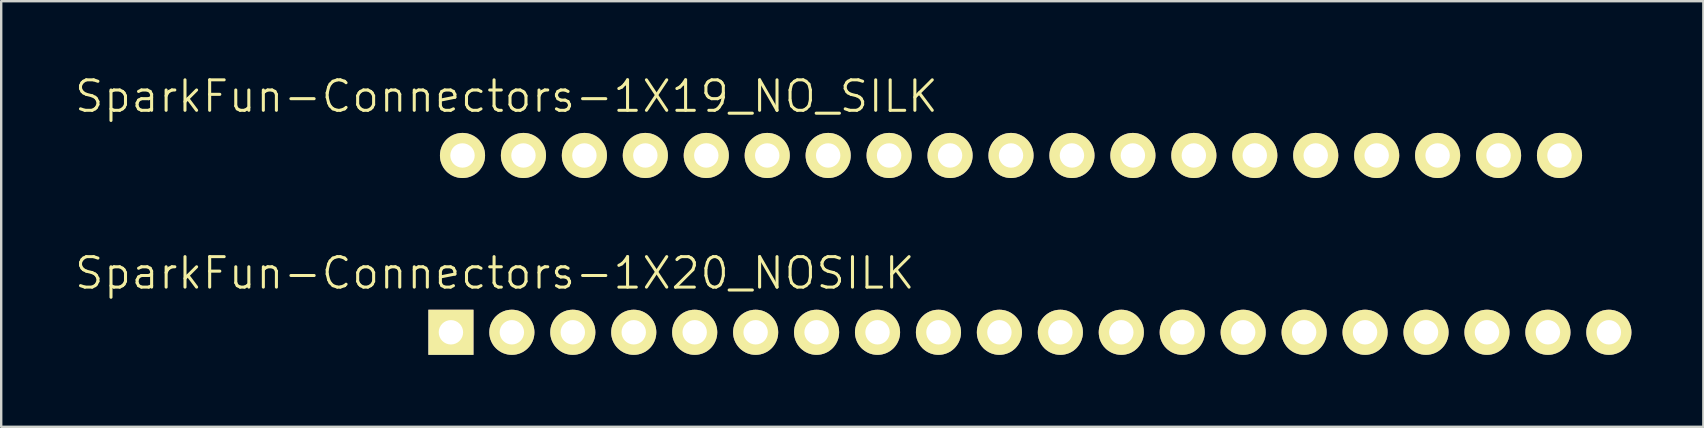
<source format=kicad_pcb>
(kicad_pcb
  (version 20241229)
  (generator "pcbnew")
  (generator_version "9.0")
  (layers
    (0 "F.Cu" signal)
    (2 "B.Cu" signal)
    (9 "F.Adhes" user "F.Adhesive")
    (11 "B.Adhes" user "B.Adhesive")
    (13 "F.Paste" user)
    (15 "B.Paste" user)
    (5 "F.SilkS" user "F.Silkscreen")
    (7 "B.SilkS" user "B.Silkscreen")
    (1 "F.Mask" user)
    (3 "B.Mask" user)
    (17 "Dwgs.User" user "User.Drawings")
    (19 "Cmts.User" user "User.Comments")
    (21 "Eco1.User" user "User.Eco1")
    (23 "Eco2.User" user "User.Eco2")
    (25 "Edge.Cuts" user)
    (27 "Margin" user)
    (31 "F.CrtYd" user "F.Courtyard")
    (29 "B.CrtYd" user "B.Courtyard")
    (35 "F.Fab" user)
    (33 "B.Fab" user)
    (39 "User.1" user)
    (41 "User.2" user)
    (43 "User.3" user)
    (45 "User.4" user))
  (footprint "SparkFun-Connectors-1X19_NO_SILK"
    (layer "F.Cu")
    (at 16.226 3.43)
    (property "Reference" "SparkFun-Connectors-1X19_NO_SILK" (at 1.829 -2.464 0) (layer "F.SilkS") (effects (font (size 1.27 1.27) (thickness 0.127))))
    (attr exclude_from_pos_files exclude_from_bom)
    (fp_line (start -0.254 -0.254) (end 0.254 -0.254) (stroke (width 0.066) (type solid)) (layer "F.SilkS"))
    (fp_line (start -0.254 0.254) (end -0.254 -0.254) (stroke (width 0.066) (type solid)) (layer "F.SilkS"))
    (fp_line (start -0.254 0.254) (end 0.254 0.254) (stroke (width 0.066) (type solid)) (layer "F.SilkS"))
    (fp_line (start 0.254 0.254) (end 0.254 -0.254) (stroke (width 0.066) (type solid)) (layer "F.SilkS"))
    (fp_line (start 2.286 -0.254) (end 2.794 -0.254) (stroke (width 0.066) (type solid)) (layer "F.SilkS"))
    (fp_line (start 2.286 0.254) (end 2.286 -0.254) (stroke (width 0.066) (type solid)) (layer "F.SilkS"))
    (fp_line (start 2.286 0.254) (end 2.794 0.254) (stroke (width 0.066) (type solid)) (layer "F.SilkS"))
    (fp_line (start 2.794 0.254) (end 2.794 -0.254) (stroke (width 0.066) (type solid)) (layer "F.SilkS"))
    (fp_line (start 4.826 -0.254) (end 5.334 -0.254) (stroke (width 0.066) (type solid)) (layer "F.SilkS"))
    (fp_line (start 4.826 0.254) (end 4.826 -0.254) (stroke (width 0.066) (type solid)) (layer "F.SilkS"))
    (fp_line (start 4.826 0.254) (end 5.334 0.254) (stroke (width 0.066) (type solid)) (layer "F.SilkS"))
    (fp_line (start 5.334 0.254) (end 5.334 -0.254) (stroke (width 0.066) (type solid)) (layer "F.SilkS"))
    (fp_line (start 7.366 -0.254) (end 7.874 -0.254) (stroke (width 0.066) (type solid)) (layer "F.SilkS"))
    (fp_line (start 7.366 0.254) (end 7.366 -0.254) (stroke (width 0.066) (type solid)) (layer "F.SilkS"))
    (fp_line (start 7.366 0.254) (end 7.874 0.254) (stroke (width 0.066) (type solid)) (layer "F.SilkS"))
    (fp_line (start 7.874 0.254) (end 7.874 -0.254) (stroke (width 0.066) (type solid)) (layer "F.SilkS"))
    (fp_line (start 9.906 -0.254) (end 10.414 -0.254) (stroke (width 0.066) (type solid)) (layer "F.SilkS"))
    (fp_line (start 9.906 0.254) (end 9.906 -0.254) (stroke (width 0.066) (type solid)) (layer "F.SilkS"))
    (fp_line (start 9.906 0.254) (end 10.414 0.254) (stroke (width 0.066) (type solid)) (layer "F.SilkS"))
    (fp_line (start 10.414 0.254) (end 10.414 -0.254) (stroke (width 0.066) (type solid)) (layer "F.SilkS"))
    (fp_line (start 12.446 -0.254) (end 12.954 -0.254) (stroke (width 0.066) (type solid)) (layer "F.SilkS"))
    (fp_line (start 12.446 0.254) (end 12.446 -0.254) (stroke (width 0.066) (type solid)) (layer "F.SilkS"))
    (fp_line (start 12.446 0.254) (end 12.954 0.254) (stroke (width 0.066) (type solid)) (layer "F.SilkS"))
    (fp_line (start 12.954 0.254) (end 12.954 -0.254) (stroke (width 0.066) (type solid)) (layer "F.SilkS"))
    (fp_line (start 14.986 -0.254) (end 15.494 -0.254) (stroke (width 0.066) (type solid)) (layer "F.SilkS"))
    (fp_line (start 14.986 0.254) (end 14.986 -0.254) (stroke (width 0.066) (type solid)) (layer "F.SilkS"))
    (fp_line (start 14.986 0.254) (end 15.494 0.254) (stroke (width 0.066) (type solid)) (layer "F.SilkS"))
    (fp_line (start 15.494 0.254) (end 15.494 -0.254) (stroke (width 0.066) (type solid)) (layer "F.SilkS"))
    (fp_line (start 17.523 -0.254) (end 18.034 -0.254) (stroke (width 0.066) (type solid)) (layer "F.SilkS"))
    (fp_line (start 17.523 0.254) (end 17.523 -0.254) (stroke (width 0.066) (type solid)) (layer "F.SilkS"))
    (fp_line (start 17.523 0.254) (end 18.034 0.254) (stroke (width 0.066) (type solid)) (layer "F.SilkS"))
    (fp_line (start 18.034 0.254) (end 18.034 -0.254) (stroke (width 0.066) (type solid)) (layer "F.SilkS"))
    (fp_line (start 20.066 -0.254) (end 20.574 -0.254) (stroke (width 0.066) (type solid)) (layer "F.SilkS"))
    (fp_line (start 20.066 0.254) (end 20.066 -0.254) (stroke (width 0.066) (type solid)) (layer "F.SilkS"))
    (fp_line (start 20.066 0.254) (end 20.574 0.254) (stroke (width 0.066) (type solid)) (layer "F.SilkS"))
    (fp_line (start 20.574 0.254) (end 20.574 -0.254) (stroke (width 0.066) (type solid)) (layer "F.SilkS"))
    (fp_line (start 22.606 -0.254) (end 23.114 -0.254) (stroke (width 0.066) (type solid)) (layer "F.SilkS"))
    (fp_line (start 22.606 0.254) (end 22.606 -0.254) (stroke (width 0.066) (type solid)) (layer "F.SilkS"))
    (fp_line (start 22.606 0.254) (end 23.114 0.254) (stroke (width 0.066) (type solid)) (layer "F.SilkS"))
    (fp_line (start 23.114 0.254) (end 23.114 -0.254) (stroke (width 0.066) (type solid)) (layer "F.SilkS"))
    (fp_line (start 25.146 -0.254) (end 25.654 -0.254) (stroke (width 0.066) (type solid)) (layer "F.SilkS"))
    (fp_line (start 25.146 0.254) (end 25.146 -0.254) (stroke (width 0.066) (type solid)) (layer "F.SilkS"))
    (fp_line (start 25.146 0.254) (end 25.654 0.254) (stroke (width 0.066) (type solid)) (layer "F.SilkS"))
    (fp_line (start 25.654 0.254) (end 25.654 -0.254) (stroke (width 0.066) (type solid)) (layer "F.SilkS"))
    (fp_line (start 27.686 -0.254) (end 28.194 -0.254) (stroke (width 0.066) (type solid)) (layer "F.SilkS"))
    (fp_line (start 27.686 0.254) (end 27.686 -0.254) (stroke (width 0.066) (type solid)) (layer "F.SilkS"))
    (fp_line (start 27.686 0.254) (end 28.194 0.254) (stroke (width 0.066) (type solid)) (layer "F.SilkS"))
    (fp_line (start 28.194 0.254) (end 28.194 -0.254) (stroke (width 0.066) (type solid)) (layer "F.SilkS"))
    (fp_line (start 30.226 -0.254) (end 30.734 -0.254) (stroke (width 0.066) (type solid)) (layer "F.SilkS"))
    (fp_line (start 30.226 0.254) (end 30.226 -0.254) (stroke (width 0.066) (type solid)) (layer "F.SilkS"))
    (fp_line (start 30.226 0.254) (end 30.734 0.254) (stroke (width 0.066) (type solid)) (layer "F.SilkS"))
    (fp_line (start 30.734 0.254) (end 30.734 -0.254) (stroke (width 0.066) (type solid)) (layer "F.SilkS"))
    (fp_line (start 32.766 -0.254) (end 33.274 -0.254) (stroke (width 0.066) (type solid)) (layer "F.SilkS"))
    (fp_line (start 32.766 0.254) (end 32.766 -0.254) (stroke (width 0.066) (type solid)) (layer "F.SilkS"))
    (fp_line (start 32.766 0.254) (end 33.274 0.254) (stroke (width 0.066) (type solid)) (layer "F.SilkS"))
    (fp_line (start 33.274 0.254) (end 33.274 -0.254) (stroke (width 0.066) (type solid)) (layer "F.SilkS"))
    (fp_line (start 35.303 -0.254) (end 35.814 -0.254) (stroke (width 0.066) (type solid)) (layer "F.SilkS"))
    (fp_line (start 35.303 0.254) (end 35.303 -0.254) (stroke (width 0.066) (type solid)) (layer "F.SilkS"))
    (fp_line (start 35.303 0.254) (end 35.814 0.254) (stroke (width 0.066) (type solid)) (layer "F.SilkS"))
    (fp_line (start 35.814 0.254) (end 35.814 -0.254) (stroke (width 0.066) (type solid)) (layer "F.SilkS"))
    (fp_line (start 37.846 -0.254) (end 38.354 -0.254) (stroke (width 0.066) (type solid)) (layer "F.SilkS"))
    (fp_line (start 37.846 0.254) (end 37.846 -0.254) (stroke (width 0.066) (type solid)) (layer "F.SilkS"))
    (fp_line (start 37.846 0.254) (end 38.354 0.254) (stroke (width 0.066) (type solid)) (layer "F.SilkS"))
    (fp_line (start 38.354 0.254) (end 38.354 -0.254) (stroke (width 0.066) (type solid)) (layer "F.SilkS"))
    (fp_line (start 40.386 -0.254) (end 40.894 -0.254) (stroke (width 0.066) (type solid)) (layer "F.SilkS"))
    (fp_line (start 40.386 0.254) (end 40.386 -0.254) (stroke (width 0.066) (type solid)) (layer "F.SilkS"))
    (fp_line (start 40.386 0.254) (end 40.894 0.254) (stroke (width 0.066) (type solid)) (layer "F.SilkS"))
    (fp_line (start 40.894 0.254) (end 40.894 -0.254) (stroke (width 0.066) (type solid)) (layer "F.SilkS"))
    (fp_line (start 42.926 -0.254) (end 43.434 -0.254) (stroke (width 0.066) (type solid)) (layer "F.SilkS"))
    (fp_line (start 42.926 0.254) (end 42.926 -0.254) (stroke (width 0.066) (type solid)) (layer "F.SilkS"))
    (fp_line (start 42.926 0.254) (end 43.434 0.254) (stroke (width 0.066) (type solid)) (layer "F.SilkS"))
    (fp_line (start 43.434 0.254) (end 43.434 -0.254) (stroke (width 0.066) (type solid)) (layer "F.SilkS"))
    (fp_line (start 45.466 -0.254) (end 45.974 -0.254) (stroke (width 0.066) (type solid)) (layer "F.SilkS"))
    (fp_line (start 45.466 0.254) (end 45.466 -0.254) (stroke (width 0.066) (type solid)) (layer "F.SilkS"))
    (fp_line (start 45.466 0.254) (end 45.974 0.254) (stroke (width 0.066) (type solid)) (layer "F.SilkS"))
    (fp_line (start 45.974 0.254) (end 45.974 -0.254) (stroke (width 0.066) (type solid)) (layer "F.SilkS"))
    (pad "1" thru_hole circle (at 0 0) (size 1.88 1.88) (drill 1.016) (layers "*.Cu" "F.Mask" "F.SilkS" "F.Paste"))
    (pad "2" thru_hole circle (at 2.54 0) (size 1.88 1.88) (drill 1.016) (layers "*.Cu" "F.Mask" "F.SilkS" "F.Paste"))
    (pad "3" thru_hole circle (at 5.08 0) (size 1.88 1.88) (drill 1.016) (layers "*.Cu" "F.Mask" "F.SilkS" "F.Paste"))
    (pad "4" thru_hole circle (at 7.62 0) (size 1.88 1.88) (drill 1.016) (layers "*.Cu" "F.Mask" "F.SilkS" "F.Paste"))
    (pad "5" thru_hole circle (at 10.16 0) (size 1.88 1.88) (drill 1.016) (layers "*.Cu" "F.Mask" "F.SilkS" "F.Paste"))
    (pad "6" thru_hole circle (at 12.7 0) (size 1.88 1.88) (drill 1.016) (layers "*.Cu" "F.Mask" "F.SilkS" "F.Paste"))
    (pad "7" thru_hole circle (at 15.24 0) (size 1.88 1.88) (drill 1.016) (layers "*.Cu" "F.Mask" "F.SilkS" "F.Paste"))
    (pad "8" thru_hole circle (at 17.78 0) (size 1.88 1.88) (drill 1.016) (layers "*.Cu" "F.Mask" "F.SilkS" "F.Paste"))
    (pad "9" thru_hole circle (at 20.32 0) (size 1.88 1.88) (drill 1.016) (layers "*.Cu" "F.Mask" "F.SilkS" "F.Paste"))
    (pad "10" thru_hole circle (at 22.86 0) (size 1.88 1.88) (drill 1.016) (layers "*.Cu" "F.Mask" "F.SilkS" "F.Paste"))
    (pad "11" thru_hole circle (at 25.4 0) (size 1.88 1.88) (drill 1.016) (layers "*.Cu" "F.Mask" "F.SilkS" "F.Paste"))
    (pad "12" thru_hole circle (at 27.94 0) (size 1.88 1.88) (drill 1.016) (layers "*.Cu" "F.Mask" "F.SilkS" "F.Paste"))
    (pad "13" thru_hole circle (at 30.48 0) (size 1.88 1.88) (drill 1.016) (layers "*.Cu" "F.Mask" "F.SilkS" "F.Paste"))
    (pad "14" thru_hole circle (at 33.02 0) (size 1.88 1.88) (drill 1.016) (layers "*.Cu" "F.Mask" "F.SilkS" "F.Paste"))
    (pad "15" thru_hole circle (at 35.56 0) (size 1.88 1.88) (drill 1.016) (layers "*.Cu" "F.Mask" "F.SilkS" "F.Paste"))
    (pad "16" thru_hole circle (at 38.1 0) (size 1.88 1.88) (drill 1.016) (layers "*.Cu" "F.Mask" "F.SilkS" "F.Paste"))
    (pad "17" thru_hole circle (at 40.64 0) (size 1.88 1.88) (drill 1.016) (layers "*.Cu" "F.Mask" "F.SilkS" "F.Paste"))
    (pad "18" thru_hole circle (at 43.18 0) (size 1.88 1.88) (drill 1.016) (layers "*.Cu" "F.Mask" "F.SilkS" "F.Paste"))
    (pad "19" thru_hole circle (at 45.72 0) (size 1.88 1.88) (drill 1.016) (layers "*.Cu" "F.Mask" "F.SilkS" "F.Paste")))
  (footprint "SparkFun-Connectors-1X20_NOSILK"
    (layer "F.Cu")
    (at 15.743 10.799)
    (property "Reference" "SparkFun-Connectors-1X20_NOSILK" (at 1.829 -2.464 0) (layer "F.SilkS") (effects (font (size 1.27 1.27) (thickness 0.127))))
    (attr exclude_from_pos_files exclude_from_bom)
    (fp_line (start -0.254 -0.254) (end 0.254 -0.254) (stroke (width 0.066) (type solid)) (layer "F.SilkS"))
    (fp_line (start -0.254 0.254) (end -0.254 -0.254) (stroke (width 0.066) (type solid)) (layer "F.SilkS"))
    (fp_line (start -0.254 0.254) (end 0.254 0.254) (stroke (width 0.066) (type solid)) (layer "F.SilkS"))
    (fp_line (start 0.254 0.254) (end 0.254 -0.254) (stroke (width 0.066) (type solid)) (layer "F.SilkS"))
    (fp_line (start 2.286 -0.254) (end 2.794 -0.254) (stroke (width 0.066) (type solid)) (layer "F.SilkS"))
    (fp_line (start 2.286 0.254) (end 2.286 -0.254) (stroke (width 0.066) (type solid)) (layer "F.SilkS"))
    (fp_line (start 2.286 0.254) (end 2.794 0.254) (stroke (width 0.066) (type solid)) (layer "F.SilkS"))
    (fp_line (start 2.794 0.254) (end 2.794 -0.254) (stroke (width 0.066) (type solid)) (layer "F.SilkS"))
    (fp_line (start 4.826 -0.254) (end 5.334 -0.254) (stroke (width 0.066) (type solid)) (layer "F.SilkS"))
    (fp_line (start 4.826 0.254) (end 4.826 -0.254) (stroke (width 0.066) (type solid)) (layer "F.SilkS"))
    (fp_line (start 4.826 0.254) (end 5.334 0.254) (stroke (width 0.066) (type solid)) (layer "F.SilkS"))
    (fp_line (start 5.334 0.254) (end 5.334 -0.254) (stroke (width 0.066) (type solid)) (layer "F.SilkS"))
    (fp_line (start 7.366 -0.254) (end 7.874 -0.254) (stroke (width 0.066) (type solid)) (layer "F.SilkS"))
    (fp_line (start 7.366 0.254) (end 7.366 -0.254) (stroke (width 0.066) (type solid)) (layer "F.SilkS"))
    (fp_line (start 7.366 0.254) (end 7.874 0.254) (stroke (width 0.066) (type solid)) (layer "F.SilkS"))
    (fp_line (start 7.874 0.254) (end 7.874 -0.254) (stroke (width 0.066) (type solid)) (layer "F.SilkS"))
    (fp_line (start 9.906 -0.254) (end 10.414 -0.254) (stroke (width 0.066) (type solid)) (layer "F.SilkS"))
    (fp_line (start 9.906 0.254) (end 9.906 -0.254) (stroke (width 0.066) (type solid)) (layer "F.SilkS"))
    (fp_line (start 9.906 0.254) (end 10.414 0.254) (stroke (width 0.066) (type solid)) (layer "F.SilkS"))
    (fp_line (start 10.414 0.254) (end 10.414 -0.254) (stroke (width 0.066) (type solid)) (layer "F.SilkS"))
    (fp_line (start 12.446 -0.254) (end 12.954 -0.254) (stroke (width 0.066) (type solid)) (layer "F.SilkS"))
    (fp_line (start 12.446 0.254) (end 12.446 -0.254) (stroke (width 0.066) (type solid)) (layer "F.SilkS"))
    (fp_line (start 12.446 0.254) (end 12.954 0.254) (stroke (width 0.066) (type solid)) (layer "F.SilkS"))
    (fp_line (start 12.954 0.254) (end 12.954 -0.254) (stroke (width 0.066) (type solid)) (layer "F.SilkS"))
    (fp_line (start 14.986 -0.254) (end 15.494 -0.254) (stroke (width 0.066) (type solid)) (layer "F.SilkS"))
    (fp_line (start 14.986 0.254) (end 14.986 -0.254) (stroke (width 0.066) (type solid)) (layer "F.SilkS"))
    (fp_line (start 14.986 0.254) (end 15.494 0.254) (stroke (width 0.066) (type solid)) (layer "F.SilkS"))
    (fp_line (start 15.494 0.254) (end 15.494 -0.254) (stroke (width 0.066) (type solid)) (layer "F.SilkS"))
    (fp_line (start 17.523 -0.254) (end 18.034 -0.254) (stroke (width 0.066) (type solid)) (layer "F.SilkS"))
    (fp_line (start 17.523 0.254) (end 17.523 -0.254) (stroke (width 0.066) (type solid)) (layer "F.SilkS"))
    (fp_line (start 17.523 0.254) (end 18.034 0.254) (stroke (width 0.066) (type solid)) (layer "F.SilkS"))
    (fp_line (start 18.034 0.254) (end 18.034 -0.254) (stroke (width 0.066) (type solid)) (layer "F.SilkS"))
    (fp_line (start 20.066 -0.254) (end 20.574 -0.254) (stroke (width 0.066) (type solid)) (layer "F.SilkS"))
    (fp_line (start 20.066 0.254) (end 20.066 -0.254) (stroke (width 0.066) (type solid)) (layer "F.SilkS"))
    (fp_line (start 20.066 0.254) (end 20.574 0.254) (stroke (width 0.066) (type solid)) (layer "F.SilkS"))
    (fp_line (start 20.574 0.254) (end 20.574 -0.254) (stroke (width 0.066) (type solid)) (layer "F.SilkS"))
    (fp_line (start 22.606 -0.254) (end 23.114 -0.254) (stroke (width 0.066) (type solid)) (layer "F.SilkS"))
    (fp_line (start 22.606 0.254) (end 22.606 -0.254) (stroke (width 0.066) (type solid)) (layer "F.SilkS"))
    (fp_line (start 22.606 0.254) (end 23.114 0.254) (stroke (width 0.066) (type solid)) (layer "F.SilkS"))
    (fp_line (start 23.114 0.254) (end 23.114 -0.254) (stroke (width 0.066) (type solid)) (layer "F.SilkS"))
    (fp_line (start 25.146 -0.254) (end 25.654 -0.254) (stroke (width 0.066) (type solid)) (layer "F.SilkS"))
    (fp_line (start 25.146 0.254) (end 25.146 -0.254) (stroke (width 0.066) (type solid)) (layer "F.SilkS"))
    (fp_line (start 25.146 0.254) (end 25.654 0.254) (stroke (width 0.066) (type solid)) (layer "F.SilkS"))
    (fp_line (start 25.654 0.254) (end 25.654 -0.254) (stroke (width 0.066) (type solid)) (layer "F.SilkS"))
    (fp_line (start 27.686 -0.254) (end 28.194 -0.254) (stroke (width 0.066) (type solid)) (layer "F.SilkS"))
    (fp_line (start 27.686 0.254) (end 27.686 -0.254) (stroke (width 0.066) (type solid)) (layer "F.SilkS"))
    (fp_line (start 27.686 0.254) (end 28.194 0.254) (stroke (width 0.066) (type solid)) (layer "F.SilkS"))
    (fp_line (start 28.194 0.254) (end 28.194 -0.254) (stroke (width 0.066) (type solid)) (layer "F.SilkS"))
    (fp_line (start 30.226 -0.254) (end 30.734 -0.254) (stroke (width 0.066) (type solid)) (layer "F.SilkS"))
    (fp_line (start 30.226 0.254) (end 30.226 -0.254) (stroke (width 0.066) (type solid)) (layer "F.SilkS"))
    (fp_line (start 30.226 0.254) (end 30.734 0.254) (stroke (width 0.066) (type solid)) (layer "F.SilkS"))
    (fp_line (start 30.734 0.254) (end 30.734 -0.254) (stroke (width 0.066) (type solid)) (layer "F.SilkS"))
    (fp_line (start 32.766 -0.254) (end 33.274 -0.254) (stroke (width 0.066) (type solid)) (layer "F.SilkS"))
    (fp_line (start 32.766 0.254) (end 32.766 -0.254) (stroke (width 0.066) (type solid)) (layer "F.SilkS"))
    (fp_line (start 32.766 0.254) (end 33.274 0.254) (stroke (width 0.066) (type solid)) (layer "F.SilkS"))
    (fp_line (start 33.274 0.254) (end 33.274 -0.254) (stroke (width 0.066) (type solid)) (layer "F.SilkS"))
    (fp_line (start 35.303 -0.254) (end 35.814 -0.254) (stroke (width 0.066) (type solid)) (layer "F.SilkS"))
    (fp_line (start 35.303 0.254) (end 35.303 -0.254) (stroke (width 0.066) (type solid)) (layer "F.SilkS"))
    (fp_line (start 35.303 0.254) (end 35.814 0.254) (stroke (width 0.066) (type solid)) (layer "F.SilkS"))
    (fp_line (start 35.814 0.254) (end 35.814 -0.254) (stroke (width 0.066) (type solid)) (layer "F.SilkS"))
    (fp_line (start 37.846 -0.254) (end 38.354 -0.254) (stroke (width 0.066) (type solid)) (layer "F.SilkS"))
    (fp_line (start 37.846 0.254) (end 37.846 -0.254) (stroke (width 0.066) (type solid)) (layer "F.SilkS"))
    (fp_line (start 37.846 0.254) (end 38.354 0.254) (stroke (width 0.066) (type solid)) (layer "F.SilkS"))
    (fp_line (start 38.354 0.254) (end 38.354 -0.254) (stroke (width 0.066) (type solid)) (layer "F.SilkS"))
    (fp_line (start 40.386 -0.254) (end 40.894 -0.254) (stroke (width 0.066) (type solid)) (layer "F.SilkS"))
    (fp_line (start 40.386 0.254) (end 40.386 -0.254) (stroke (width 0.066) (type solid)) (layer "F.SilkS"))
    (fp_line (start 40.386 0.254) (end 40.894 0.254) (stroke (width 0.066) (type solid)) (layer "F.SilkS"))
    (fp_line (start 40.894 0.254) (end 40.894 -0.254) (stroke (width 0.066) (type solid)) (layer "F.SilkS"))
    (fp_line (start 42.926 -0.254) (end 43.434 -0.254) (stroke (width 0.066) (type solid)) (layer "F.SilkS"))
    (fp_line (start 42.926 0.254) (end 42.926 -0.254) (stroke (width 0.066) (type solid)) (layer "F.SilkS"))
    (fp_line (start 42.926 0.254) (end 43.434 0.254) (stroke (width 0.066) (type solid)) (layer "F.SilkS"))
    (fp_line (start 43.434 0.254) (end 43.434 -0.254) (stroke (width 0.066) (type solid)) (layer "F.SilkS"))
    (fp_line (start 45.466 -0.254) (end 45.974 -0.254) (stroke (width 0.066) (type solid)) (layer "F.SilkS"))
    (fp_line (start 45.466 0.254) (end 45.466 -0.254) (stroke (width 0.066) (type solid)) (layer "F.SilkS"))
    (fp_line (start 45.466 0.254) (end 45.974 0.254) (stroke (width 0.066) (type solid)) (layer "F.SilkS"))
    (fp_line (start 45.974 0.254) (end 45.974 -0.254) (stroke (width 0.066) (type solid)) (layer "F.SilkS"))
    (fp_line (start 48.006 -0.254) (end 48.514 -0.254) (stroke (width 0.066) (type solid)) (layer "F.SilkS"))
    (fp_line (start 48.006 0.254) (end 48.006 -0.254) (stroke (width 0.066) (type solid)) (layer "F.SilkS"))
    (fp_line (start 48.006 0.254) (end 48.514 0.254) (stroke (width 0.066) (type solid)) (layer "F.SilkS"))
    (fp_line (start 48.514 0.254) (end 48.514 -0.254) (stroke (width 0.066) (type solid)) (layer "F.SilkS"))
    (pad "1" thru_hole rect (at 0 0) (size 1.88 1.88) (drill 1.016) (layers "*.Cu" "F.Mask" "F.SilkS" "F.Paste"))
    (pad "2" thru_hole circle (at 2.54 0) (size 1.88 1.88) (drill 1.016) (layers "*.Cu" "F.Mask" "F.SilkS" "F.Paste"))
    (pad "3" thru_hole circle (at 5.08 0) (size 1.88 1.88) (drill 1.016) (layers "*.Cu" "F.Mask" "F.SilkS" "F.Paste"))
    (pad "4" thru_hole circle (at 7.62 0) (size 1.88 1.88) (drill 1.016) (layers "*.Cu" "F.Mask" "F.SilkS" "F.Paste"))
    (pad "5" thru_hole circle (at 10.16 0) (size 1.88 1.88) (drill 1.016) (layers "*.Cu" "F.Mask" "F.SilkS" "F.Paste"))
    (pad "6" thru_hole circle (at 12.7 0) (size 1.88 1.88) (drill 1.016) (layers "*.Cu" "F.Mask" "F.SilkS" "F.Paste"))
    (pad "7" thru_hole circle (at 15.24 0) (size 1.88 1.88) (drill 1.016) (layers "*.Cu" "F.Mask" "F.SilkS" "F.Paste"))
    (pad "8" thru_hole circle (at 17.78 0) (size 1.88 1.88) (drill 1.016) (layers "*.Cu" "F.Mask" "F.SilkS" "F.Paste"))
    (pad "9" thru_hole circle (at 20.32 0) (size 1.88 1.88) (drill 1.016) (layers "*.Cu" "F.Mask" "F.SilkS" "F.Paste"))
    (pad "10" thru_hole circle (at 22.86 0) (size 1.88 1.88) (drill 1.016) (layers "*.Cu" "F.Mask" "F.SilkS" "F.Paste"))
    (pad "11" thru_hole circle (at 25.4 0) (size 1.88 1.88) (drill 1.016) (layers "*.Cu" "F.Mask" "F.SilkS" "F.Paste"))
    (pad "12" thru_hole circle (at 27.94 0) (size 1.88 1.88) (drill 1.016) (layers "*.Cu" "F.Mask" "F.SilkS" "F.Paste"))
    (pad "13" thru_hole circle (at 30.48 0) (size 1.88 1.88) (drill 1.016) (layers "*.Cu" "F.Mask" "F.SilkS" "F.Paste"))
    (pad "14" thru_hole circle (at 33.02 0) (size 1.88 1.88) (drill 1.016) (layers "*.Cu" "F.Mask" "F.SilkS" "F.Paste"))
    (pad "15" thru_hole circle (at 35.56 0) (size 1.88 1.88) (drill 1.016) (layers "*.Cu" "F.Mask" "F.SilkS" "F.Paste"))
    (pad "16" thru_hole circle (at 38.1 0) (size 1.88 1.88) (drill 1.016) (layers "*.Cu" "F.Mask" "F.SilkS" "F.Paste"))
    (pad "17" thru_hole circle (at 40.64 0) (size 1.88 1.88) (drill 1.016) (layers "*.Cu" "F.Mask" "F.SilkS" "F.Paste"))
    (pad "18" thru_hole circle (at 43.18 0) (size 1.88 1.88) (drill 1.016) (layers "*.Cu" "F.Mask" "F.SilkS" "F.Paste"))
    (pad "19" thru_hole circle (at 45.72 0) (size 1.88 1.88) (drill 1.016) (layers "*.Cu" "F.Mask" "F.SilkS" "F.Paste"))
    (pad "20" thru_hole circle (at 48.26 0) (size 1.88 1.88) (drill 1.016) (layers "*.Cu" "F.Mask" "F.SilkS" "F.Paste")))
  (gr_rect
    (start -3 -3)
    (end 67.942 14.739)
    (stroke (width 0.1) (type default))
    (fill no)
    (layer "Edge.Cuts")))
</source>
